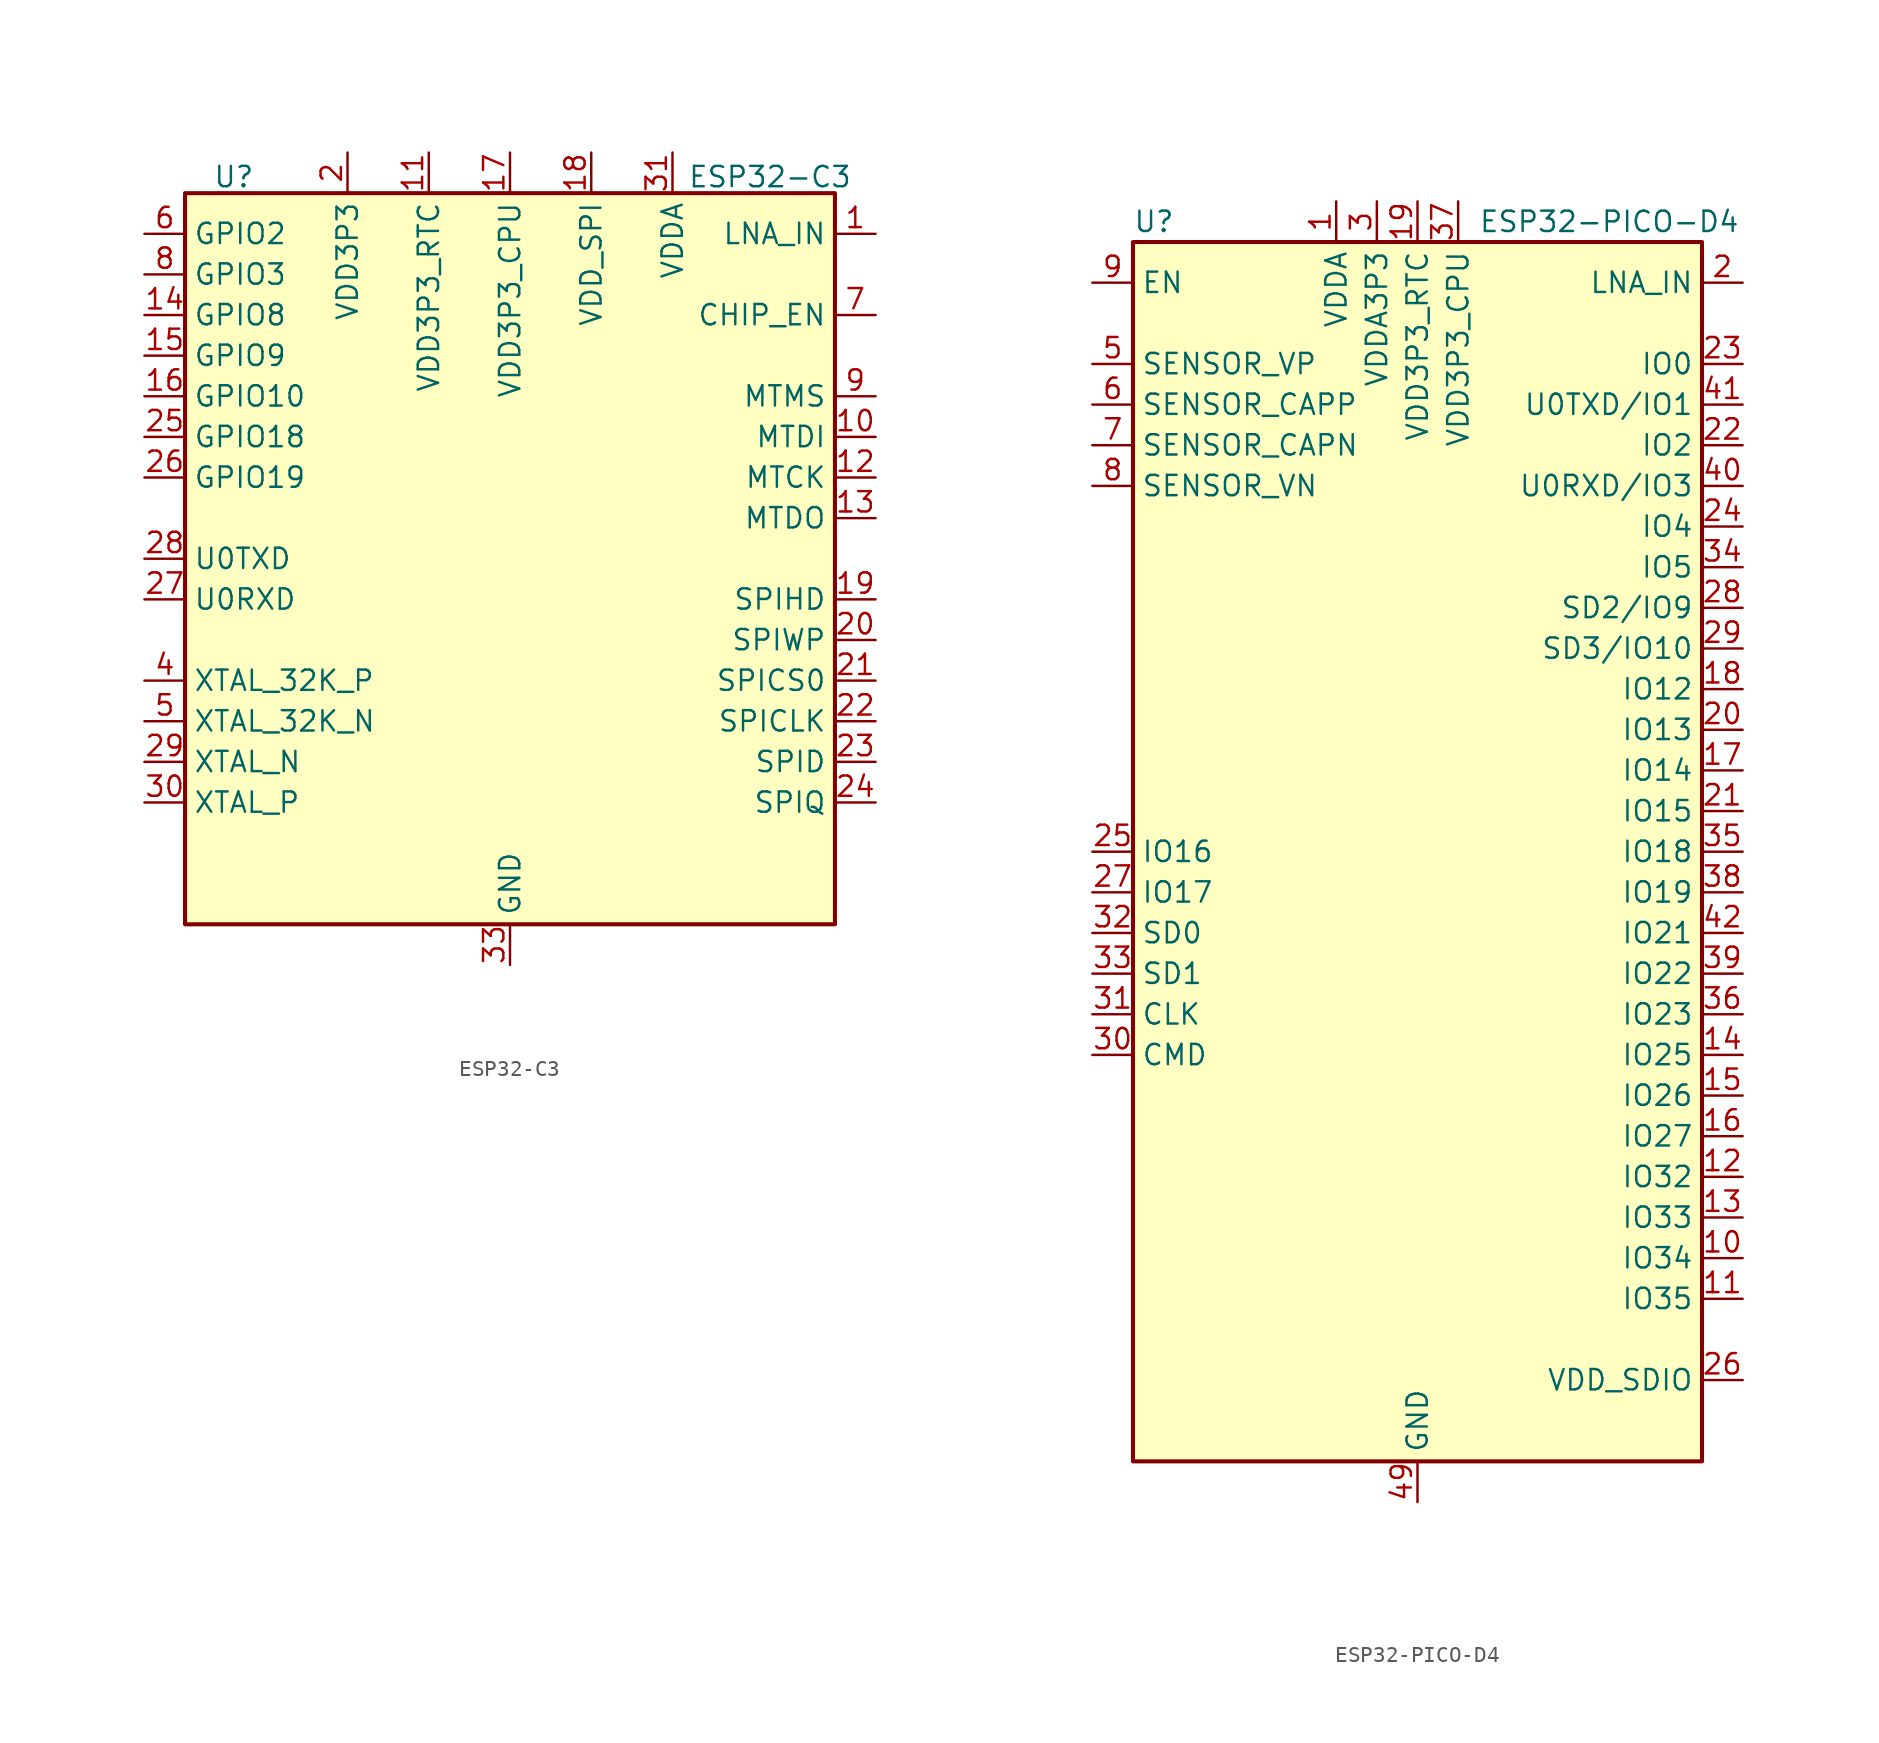
<source format=kicad_sym>
(kicad_symbol_lib
  (version 20241209)
  (generator "kicad_symbol_editor")
  (generator_version "9.0")
  (symbol "ESP32-C3"
    (property "Reference" "U"
      (at -17.272 23.876 0)
      (effects (font (size 1.27 1.27))))
    (property "Value" "ESP32-C3"
      (at 16.256 23.876 0)
      (effects (font (size 1.27 1.27))))
    (symbol "ESP32-C3_1_1"
      (rectangle (start -20.32 22.86) (end 20.32 -22.86) (stroke (width 0.254) (type default)) (fill (type background)))
      (pin bidirectional line (at -22.86 20.32 0) (length 2.54) (name "GPIO2" (effects (font (size 1.27 1.27)))) (number "6" (effects (font (size 1.27 1.27)))))
      (pin bidirectional line (at -22.86 17.78 0) (length 2.54) (name "GPIO3" (effects (font (size 1.27 1.27)))) (number "8" (effects (font (size 1.27 1.27)))))
      (pin bidirectional line (at -22.86 15.24 0) (length 2.54) (name "GPIO8" (effects (font (size 1.27 1.27)))) (number "14" (effects (font (size 1.27 1.27)))))
      (pin bidirectional line (at -22.86 12.7 0) (length 2.54) (name "GPIO9" (effects (font (size 1.27 1.27)))) (number "15" (effects (font (size 1.27 1.27)))))
      (pin bidirectional line (at -22.86 10.16 0) (length 2.54) (name "GPIO10" (effects (font (size 1.27 1.27)))) (number "16" (effects (font (size 1.27 1.27)))))
      (pin bidirectional line (at -22.86 7.62 0) (length 2.54) (name "GPIO18" (effects (font (size 1.27 1.27)))) (number "25" (effects (font (size 1.27 1.27)))))
      (pin bidirectional line (at -22.86 5.08 0) (length 2.54) (name "GPIO19" (effects (font (size 1.27 1.27)))) (number "26" (effects (font (size 1.27 1.27)))))
      (pin bidirectional line (at -22.86 0 0) (length 2.54) (name "U0TXD" (effects (font (size 1.27 1.27)))) (number "28" (effects (font (size 1.27 1.27)))))
      (pin bidirectional line (at -22.86 -2.54 0) (length 2.54) (name "U0RXD" (effects (font (size 1.27 1.27)))) (number "27" (effects (font (size 1.27 1.27)))))
      (pin bidirectional line (at -22.86 -7.62 0) (length 2.54) (name "XTAL_32K_P" (effects (font (size 1.27 1.27)))) (number "4" (effects (font (size 1.27 1.27)))))
      (pin bidirectional line (at -22.86 -10.16 0) (length 2.54) (name "XTAL_32K_N" (effects (font (size 1.27 1.27)))) (number "5" (effects (font (size 1.27 1.27)))))
      (pin bidirectional line (at -22.86 -12.7 0) (length 2.54) (name "XTAL_N" (effects (font (size 1.27 1.27)))) (number "29" (effects (font (size 1.27 1.27)))))
      (pin bidirectional line (at -22.86 -15.24 0) (length 2.54) (name "XTAL_P" (effects (font (size 1.27 1.27)))) (number "30" (effects (font (size 1.27 1.27)))))
      (pin power_in line (at -10.16 25.4 270) (length 2.54) (name "VDD3P3" (effects (font (size 1.27 1.27)))) (number "2" (effects (font (size 1.27 1.27)))))
      (pin passive line (at -10.16 25.4 270) (length 2.54) (hide yes) (name "VDD3P3" (effects (font (size 1.27 1.27)))) (number "3" (effects (font (size 1.27 1.27)))))
      (pin power_in line (at -5.08 25.4 270) (length 2.54) (name "VDD3P3_RTC" (effects (font (size 1.27 1.27)))) (number "11" (effects (font (size 1.27 1.27)))))
      (pin power_in line (at 0 25.4 270) (length 2.54) (name "VDD3P3_CPU" (effects (font (size 1.27 1.27)))) (number "17" (effects (font (size 1.27 1.27)))))
      (pin power_in line (at 0 -25.4 90) (length 2.54) (name "GND" (effects (font (size 1.27 1.27)))) (number "33" (effects (font (size 1.27 1.27)))))
      (pin power_out line (at 5.08 25.4 270) (length 2.54) (name "VDD_SPI" (effects (font (size 1.27 1.27)))) (number "18" (effects (font (size 1.27 1.27)))))
      (pin power_in line (at 10.16 25.4 270) (length 2.54) (name "VDDA" (effects (font (size 1.27 1.27)))) (number "31" (effects (font (size 1.27 1.27)))))
      (pin passive line (at 10.16 25.4 270) (length 2.54) (hide yes) (name "VDDA" (effects (font (size 1.27 1.27)))) (number "32" (effects (font (size 1.27 1.27)))))
      (pin bidirectional line (at 22.86 20.32 180) (length 2.54) (name "LNA_IN" (effects (font (size 1.27 1.27)))) (number "1" (effects (font (size 1.27 1.27)))))
      (pin bidirectional line (at 22.86 15.24 180) (length 2.54) (name "CHIP_EN" (effects (font (size 1.27 1.27)))) (number "7" (effects (font (size 1.27 1.27)))))
      (pin bidirectional line (at 22.86 10.16 180) (length 2.54) (name "MTMS" (effects (font (size 1.27 1.27)))) (number "9" (effects (font (size 1.27 1.27)))))
      (pin bidirectional line (at 22.86 7.62 180) (length 2.54) (name "MTDI" (effects (font (size 1.27 1.27)))) (number "10" (effects (font (size 1.27 1.27)))))
      (pin bidirectional line (at 22.86 5.08 180) (length 2.54) (name "MTCK" (effects (font (size 1.27 1.27)))) (number "12" (effects (font (size 1.27 1.27)))))
      (pin bidirectional line (at 22.86 2.54 180) (length 2.54) (name "MTDO" (effects (font (size 1.27 1.27)))) (number "13" (effects (font (size 1.27 1.27)))))
      (pin bidirectional line (at 22.86 -2.54 180) (length 2.54) (name "SPIHD" (effects (font (size 1.27 1.27)))) (number "19" (effects (font (size 1.27 1.27)))))
      (pin bidirectional line (at 22.86 -5.08 180) (length 2.54) (name "SPIWP" (effects (font (size 1.27 1.27)))) (number "20" (effects (font (size 1.27 1.27)))))
      (pin bidirectional line (at 22.86 -7.62 180) (length 2.54) (name "SPICS0" (effects (font (size 1.27 1.27)))) (number "21" (effects (font (size 1.27 1.27)))))
      (pin bidirectional line (at 22.86 -10.16 180) (length 2.54) (name "SPICLK" (effects (font (size 1.27 1.27)))) (number "22" (effects (font (size 1.27 1.27)))))
      (pin bidirectional line (at 22.86 -12.7 180) (length 2.54) (name "SPID" (effects (font (size 1.27 1.27)))) (number "23" (effects (font (size 1.27 1.27)))))
      (pin bidirectional line (at 22.86 -15.24 180) (length 2.54) (name "SPIQ" (effects (font (size 1.27 1.27)))) (number "24" (effects (font (size 1.27 1.27)))))))
  (symbol "ESP32-PICO-D4"
    (property "Reference" "U"
      (at -17.78 39.37 0)
      (effects (font (size 1.27 1.27)) (justify left)))
    (property "Value" "ESP32-PICO-D4"
      (at 3.81 39.37 0)
      (effects (font (size 1.27 1.27)) (justify left)))
    (symbol "ESP32-PICO-D4_0_0"
      (pin input line (at -20.32 35.56 0) (length 2.54) (name "EN" (effects (font (size 1.27 1.27)))) (number "9" (effects (font (size 1.27 1.27)))))
      (pin input line (at -20.32 30.48 0) (length 2.54) (name "SENSOR_VP" (effects (font (size 1.27 1.27)))) (number "5" (effects (font (size 1.27 1.27)))))
      (pin input line (at -20.32 27.94 0) (length 2.54) (name "SENSOR_CAPP" (effects (font (size 1.27 1.27)))) (number "6" (effects (font (size 1.27 1.27)))))
      (pin input line (at -20.32 25.4 0) (length 2.54) (name "SENSOR_CAPN" (effects (font (size 1.27 1.27)))) (number "7" (effects (font (size 1.27 1.27)))))
      (pin input line (at -20.32 22.86 0) (length 2.54) (name "SENSOR_VN" (effects (font (size 1.27 1.27)))) (number "8" (effects (font (size 1.27 1.27)))))
      (pin bidirectional line (at -20.32 0 0) (length 2.54) (name "IO16" (effects (font (size 1.27 1.27)))) (number "25" (effects (font (size 1.27 1.27)))))
      (pin bidirectional line (at -20.32 -2.54 0) (length 2.54) (name "IO17" (effects (font (size 1.27 1.27)))) (number "27" (effects (font (size 1.27 1.27)))))
      (pin bidirectional line (at -20.32 -5.08 0) (length 2.54) (name "SD0" (effects (font (size 1.27 1.27)))) (number "32" (effects (font (size 1.27 1.27)))))
      (pin bidirectional line (at -20.32 -7.62 0) (length 2.54) (name "SD1" (effects (font (size 1.27 1.27)))) (number "33" (effects (font (size 1.27 1.27)))))
      (pin bidirectional line (at -20.32 -10.16 0) (length 2.54) (name "CLK" (effects (font (size 1.27 1.27)))) (number "31" (effects (font (size 1.27 1.27)))))
      (pin bidirectional line (at -20.32 -12.7 0) (length 2.54) (name "CMD" (effects (font (size 1.27 1.27)))) (number "30" (effects (font (size 1.27 1.27)))))
      (pin no_connect line (at -17.78 -25.4 0) (length 2.54) (hide yes) (name "XTAL_N_NC" (effects (font (size 1.27 1.27)))) (number "44" (effects (font (size 1.27 1.27)))))
      (pin no_connect line (at -17.78 -27.94 0) (length 2.54) (hide yes) (name "XTAL_P_NC" (effects (font (size 1.27 1.27)))) (number "45" (effects (font (size 1.27 1.27)))))
      (pin no_connect line (at -17.78 -30.48 0) (length 2.54) (hide yes) (name "CAP2_NC" (effects (font (size 1.27 1.27)))) (number "47" (effects (font (size 1.27 1.27)))))
      (pin no_connect line (at -17.78 -33.02 0) (length 2.54) (hide yes) (name "CAP1_NC" (effects (font (size 1.27 1.27)))) (number "48" (effects (font (size 1.27 1.27)))))
      (pin power_in line (at -5.08 40.64 270) (length 2.54) (name "VDDA" (effects (font (size 1.27 1.27)))) (number "1" (effects (font (size 1.27 1.27)))))
      (pin passive line (at -5.08 40.64 270) (length 2.54) (hide yes) (name "VDDA" (effects (font (size 1.27 1.27)))) (number "43" (effects (font (size 1.27 1.27)))))
      (pin passive line (at -5.08 40.64 270) (length 2.54) (hide yes) (name "VDDA" (effects (font (size 1.27 1.27)))) (number "46" (effects (font (size 1.27 1.27)))))
      (pin power_in line (at -2.54 40.64 270) (length 2.54) (name "VDDA3P3" (effects (font (size 1.27 1.27)))) (number "3" (effects (font (size 1.27 1.27)))))
      (pin passive line (at -2.54 40.64 270) (length 2.54) (hide yes) (name "VDDA3P3" (effects (font (size 1.27 1.27)))) (number "4" (effects (font (size 1.27 1.27)))))
      (pin power_in line (at 0 40.64 270) (length 2.54) (name "VDD3P3_RTC" (effects (font (size 1.27 1.27)))) (number "19" (effects (font (size 1.27 1.27)))))
      (pin power_in line (at 0 -40.64 90) (length 2.54) (name "GND" (effects (font (size 1.27 1.27)))) (number "49" (effects (font (size 1.27 1.27)))))
      (pin power_in line (at 2.54 40.64 270) (length 2.54) (name "VDD3P3_CPU" (effects (font (size 1.27 1.27)))) (number "37" (effects (font (size 1.27 1.27)))))
      (pin bidirectional line (at 20.32 35.56 180) (length 2.54) (name "LNA_IN" (effects (font (size 1.27 1.27)))) (number "2" (effects (font (size 1.27 1.27)))))
      (pin bidirectional line (at 20.32 30.48 180) (length 2.54) (name "IO0" (effects (font (size 1.27 1.27)))) (number "23" (effects (font (size 1.27 1.27)))))
      (pin bidirectional line (at 20.32 27.94 180) (length 2.54) (name "U0TXD/IO1" (effects (font (size 1.27 1.27)))) (number "41" (effects (font (size 1.27 1.27)))))
      (pin bidirectional line (at 20.32 25.4 180) (length 2.54) (name "IO2" (effects (font (size 1.27 1.27)))) (number "22" (effects (font (size 1.27 1.27)))))
      (pin bidirectional line (at 20.32 22.86 180) (length 2.54) (name "U0RXD/IO3" (effects (font (size 1.27 1.27)))) (number "40" (effects (font (size 1.27 1.27)))))
      (pin bidirectional line (at 20.32 20.32 180) (length 2.54) (name "IO4" (effects (font (size 1.27 1.27)))) (number "24" (effects (font (size 1.27 1.27)))))
      (pin bidirectional line (at 20.32 17.78 180) (length 2.54) (name "IO5" (effects (font (size 1.27 1.27)))) (number "34" (effects (font (size 1.27 1.27)))))
      (pin bidirectional line (at 20.32 15.24 180) (length 2.54) (name "SD2/IO9" (effects (font (size 1.27 1.27)))) (number "28" (effects (font (size 1.27 1.27)))))
      (pin bidirectional line (at 20.32 12.7 180) (length 2.54) (name "SD3/IO10" (effects (font (size 1.27 1.27)))) (number "29" (effects (font (size 1.27 1.27)))))
      (pin bidirectional line (at 20.32 10.16 180) (length 2.54) (name "IO12" (effects (font (size 1.27 1.27)))) (number "18" (effects (font (size 1.27 1.27)))))
      (pin bidirectional line (at 20.32 7.62 180) (length 2.54) (name "IO13" (effects (font (size 1.27 1.27)))) (number "20" (effects (font (size 1.27 1.27)))))
      (pin bidirectional line (at 20.32 5.08 180) (length 2.54) (name "IO14" (effects (font (size 1.27 1.27)))) (number "17" (effects (font (size 1.27 1.27)))))
      (pin bidirectional line (at 20.32 2.54 180) (length 2.54) (name "IO15" (effects (font (size 1.27 1.27)))) (number "21" (effects (font (size 1.27 1.27)))))
      (pin bidirectional line (at 20.32 0 180) (length 2.54) (name "IO18" (effects (font (size 1.27 1.27)))) (number "35" (effects (font (size 1.27 1.27)))))
      (pin bidirectional line (at 20.32 -2.54 180) (length 2.54) (name "IO19" (effects (font (size 1.27 1.27)))) (number "38" (effects (font (size 1.27 1.27)))))
      (pin bidirectional line (at 20.32 -5.08 180) (length 2.54) (name "IO21" (effects (font (size 1.27 1.27)))) (number "42" (effects (font (size 1.27 1.27)))))
      (pin bidirectional line (at 20.32 -7.62 180) (length 2.54) (name "IO22" (effects (font (size 1.27 1.27)))) (number "39" (effects (font (size 1.27 1.27)))))
      (pin bidirectional line (at 20.32 -10.16 180) (length 2.54) (name "IO23" (effects (font (size 1.27 1.27)))) (number "36" (effects (font (size 1.27 1.27)))))
      (pin bidirectional line (at 20.32 -12.7 180) (length 2.54) (name "IO25" (effects (font (size 1.27 1.27)))) (number "14" (effects (font (size 1.27 1.27)))))
      (pin bidirectional line (at 20.32 -15.24 180) (length 2.54) (name "IO26" (effects (font (size 1.27 1.27)))) (number "15" (effects (font (size 1.27 1.27)))))
      (pin bidirectional line (at 20.32 -17.78 180) (length 2.54) (name "IO27" (effects (font (size 1.27 1.27)))) (number "16" (effects (font (size 1.27 1.27)))))
      (pin bidirectional line (at 20.32 -20.32 180) (length 2.54) (name "IO32" (effects (font (size 1.27 1.27)))) (number "12" (effects (font (size 1.27 1.27)))))
      (pin bidirectional line (at 20.32 -22.86 180) (length 2.54) (name "IO33" (effects (font (size 1.27 1.27)))) (number "13" (effects (font (size 1.27 1.27)))))
      (pin input line (at 20.32 -25.4 180) (length 2.54) (name "IO34" (effects (font (size 1.27 1.27)))) (number "10" (effects (font (size 1.27 1.27)))))
      (pin input line (at 20.32 -27.94 180) (length 2.54) (name "IO35" (effects (font (size 1.27 1.27)))) (number "11" (effects (font (size 1.27 1.27)))))
      (pin power_out line (at 20.32 -33.02 180) (length 2.54) (name "VDD_SDIO" (effects (font (size 1.27 1.27)))) (number "26" (effects (font (size 1.27 1.27))))))
    (symbol "ESP32-PICO-D4_0_1"
      (rectangle (start -17.78 38.1) (end 17.78 -38.1) (stroke (width 0.254) (type default)) (fill (type background))))))
</source>
